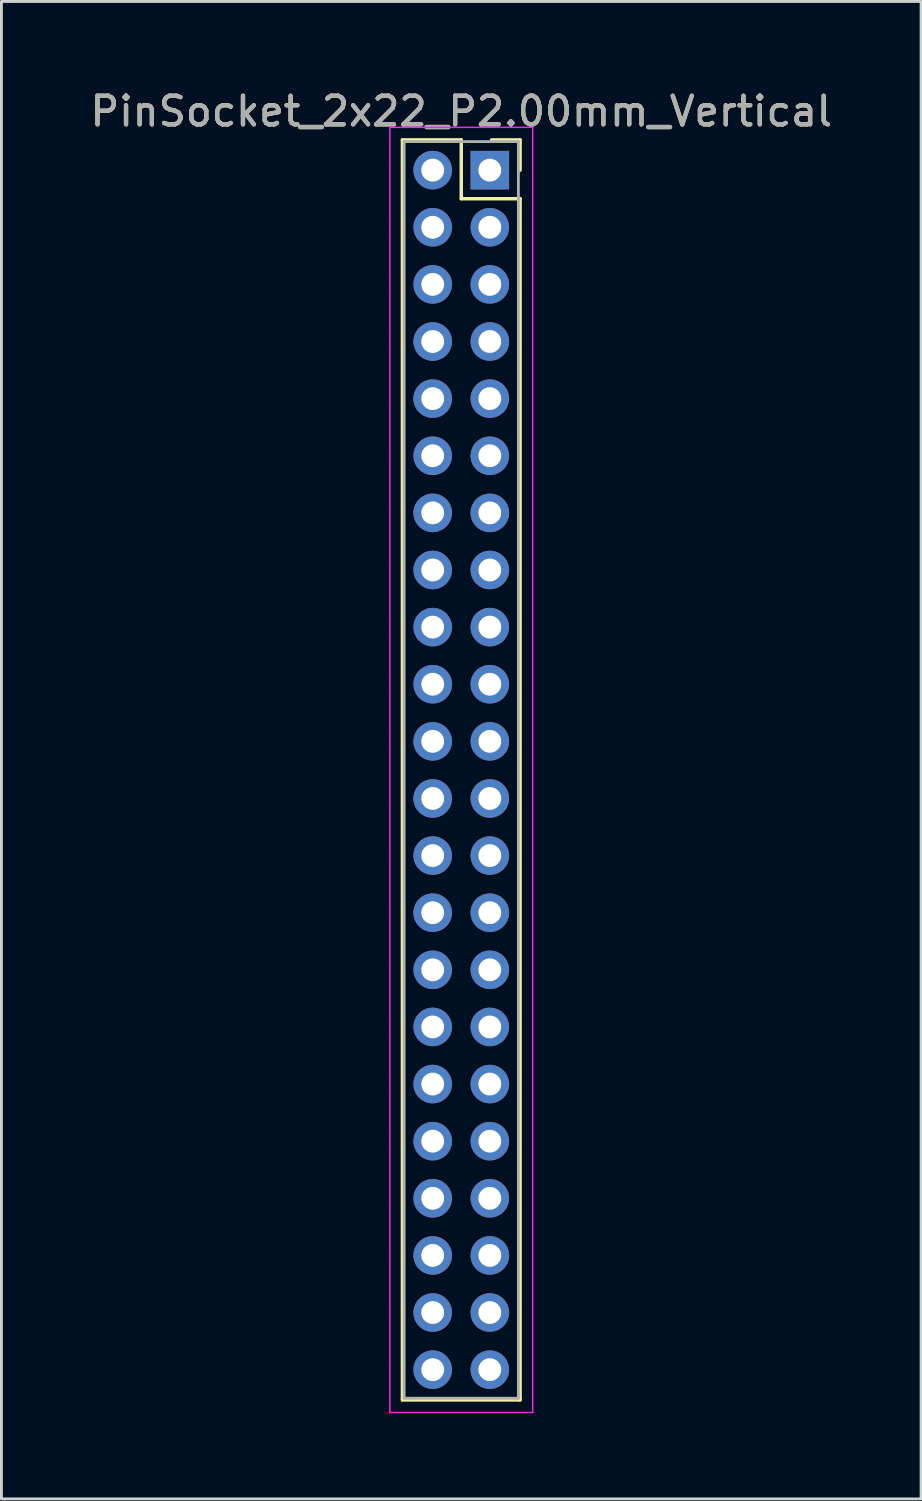
<source format=kicad_pcb>
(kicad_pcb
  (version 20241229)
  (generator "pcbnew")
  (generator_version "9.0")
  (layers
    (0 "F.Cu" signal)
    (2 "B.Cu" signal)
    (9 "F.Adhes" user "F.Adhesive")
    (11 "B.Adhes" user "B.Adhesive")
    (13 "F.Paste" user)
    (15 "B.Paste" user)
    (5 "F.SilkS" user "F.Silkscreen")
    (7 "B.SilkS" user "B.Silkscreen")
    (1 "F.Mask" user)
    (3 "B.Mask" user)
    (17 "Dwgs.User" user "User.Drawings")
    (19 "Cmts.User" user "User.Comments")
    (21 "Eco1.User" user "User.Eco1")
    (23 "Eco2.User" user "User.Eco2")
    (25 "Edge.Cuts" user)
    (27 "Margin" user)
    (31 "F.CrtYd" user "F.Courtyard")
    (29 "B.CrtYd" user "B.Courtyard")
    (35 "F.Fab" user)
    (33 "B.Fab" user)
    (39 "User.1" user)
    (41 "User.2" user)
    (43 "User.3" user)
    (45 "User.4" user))
  (footprint "PinSocket_2x22_P2.00mm_Vertical"
    (layer "F.Cu")
    (at 14.101 2.908)
    (property "Reference" "PinSocket_2x22_P2.00mm_Vertical" (at -1 -2.06 0) (layer "F.SilkS") (effects (font (size 1 1) (thickness 0.15))))
    (attr through_hole)
    (fp_line (start -3.06 -1.06) (end -1 -1.06) (stroke (width 0.12) (type solid)) (layer "F.SilkS"))
    (fp_line (start -3.06 43.06) (end -3.06 -1.06) (stroke (width 0.12) (type solid)) (layer "F.SilkS"))
    (fp_line (start -1 -1.06) (end -1 1) (stroke (width 0.12) (type solid)) (layer "F.SilkS"))
    (fp_line (start -1 1) (end 1.06 1) (stroke (width 0.12) (type solid)) (layer "F.SilkS"))
    (fp_line (start 1.06 -1.06) (end 0.06 -1.06) (stroke (width 0.12) (type solid)) (layer "F.SilkS"))
    (fp_line (start 1.06 0) (end 1.06 -1.06) (stroke (width 0.12) (type solid)) (layer "F.SilkS"))
    (fp_line (start 1.06 1) (end 1.06 43.06) (stroke (width 0.12) (type solid)) (layer "F.SilkS"))
    (fp_line (start 1.06 43.06) (end -3.06 43.06) (stroke (width 0.12) (type solid)) (layer "F.SilkS"))
    (fp_line (start -3.5 -1.5) (end -3.5 43.5) (stroke (width 0.05) (type solid)) (layer "F.CrtYd"))
    (fp_line (start -3.5 43.5) (end 1.5 43.5) (stroke (width 0.05) (type solid)) (layer "F.CrtYd"))
    (fp_line (start 1.5 -1.5) (end -3.5 -1.5) (stroke (width 0.05) (type solid)) (layer "F.CrtYd"))
    (fp_line (start 1.5 43.5) (end 1.5 -1.5) (stroke (width 0.05) (type solid)) (layer "F.CrtYd"))
    (fp_line (start -3 -1) (end -3 43) (stroke (width 0.1) (type solid)) (layer "F.Fab"))
    (fp_line (start -3 43) (end 1 43) (stroke (width 0.1) (type solid)) (layer "F.Fab"))
    (fp_line (start 1 -1) (end -3 -1) (stroke (width 0.1) (type solid)) (layer "F.Fab"))
    (fp_line (start 1 43) (end 1 -1) (stroke (width 0.1) (type solid)) (layer "F.Fab"))
    (fp_text user "${REFERENCE}" (at -1 -2.06 0) (layer "F.Fab") (effects (font (size 1 1) (thickness 0.15))))
    (pad "1" thru_hole rect (at 0 0) (size 1.35 1.35) (drill 0.8) (layers "*.Cu" "*.Mask"))
    (pad "2" thru_hole oval (at -2 0) (size 1.35 1.35) (drill 0.8) (layers "*.Cu" "*.Mask"))
    (pad "3" thru_hole oval (at 0 2) (size 1.35 1.35) (drill 0.8) (layers "*.Cu" "*.Mask"))
    (pad "4" thru_hole oval (at -2 2) (size 1.35 1.35) (drill 0.8) (layers "*.Cu" "*.Mask"))
    (pad "5" thru_hole oval (at 0 4) (size 1.35 1.35) (drill 0.8) (layers "*.Cu" "*.Mask"))
    (pad "6" thru_hole oval (at -2 4) (size 1.35 1.35) (drill 0.8) (layers "*.Cu" "*.Mask"))
    (pad "7" thru_hole oval (at 0 6) (size 1.35 1.35) (drill 0.8) (layers "*.Cu" "*.Mask"))
    (pad "8" thru_hole oval (at -2 6) (size 1.35 1.35) (drill 0.8) (layers "*.Cu" "*.Mask"))
    (pad "9" thru_hole oval (at 0 8) (size 1.35 1.35) (drill 0.8) (layers "*.Cu" "*.Mask"))
    (pad "10" thru_hole oval (at -2 8) (size 1.35 1.35) (drill 0.8) (layers "*.Cu" "*.Mask"))
    (pad "11" thru_hole oval (at 0 10) (size 1.35 1.35) (drill 0.8) (layers "*.Cu" "*.Mask"))
    (pad "12" thru_hole oval (at -2 10) (size 1.35 1.35) (drill 0.8) (layers "*.Cu" "*.Mask"))
    (pad "13" thru_hole oval (at 0 12) (size 1.35 1.35) (drill 0.8) (layers "*.Cu" "*.Mask"))
    (pad "14" thru_hole oval (at -2 12) (size 1.35 1.35) (drill 0.8) (layers "*.Cu" "*.Mask"))
    (pad "15" thru_hole oval (at 0 14) (size 1.35 1.35) (drill 0.8) (layers "*.Cu" "*.Mask"))
    (pad "16" thru_hole oval (at -2 14) (size 1.35 1.35) (drill 0.8) (layers "*.Cu" "*.Mask"))
    (pad "17" thru_hole oval (at 0 16) (size 1.35 1.35) (drill 0.8) (layers "*.Cu" "*.Mask"))
    (pad "18" thru_hole oval (at -2 16) (size 1.35 1.35) (drill 0.8) (layers "*.Cu" "*.Mask"))
    (pad "19" thru_hole oval (at 0 18) (size 1.35 1.35) (drill 0.8) (layers "*.Cu" "*.Mask"))
    (pad "20" thru_hole oval (at -2 18) (size 1.35 1.35) (drill 0.8) (layers "*.Cu" "*.Mask"))
    (pad "21" thru_hole oval (at 0 20) (size 1.35 1.35) (drill 0.8) (layers "*.Cu" "*.Mask"))
    (pad "22" thru_hole oval (at -2 20) (size 1.35 1.35) (drill 0.8) (layers "*.Cu" "*.Mask"))
    (pad "23" thru_hole oval (at 0 22) (size 1.35 1.35) (drill 0.8) (layers "*.Cu" "*.Mask"))
    (pad "24" thru_hole oval (at -2 22) (size 1.35 1.35) (drill 0.8) (layers "*.Cu" "*.Mask"))
    (pad "25" thru_hole oval (at 0 24) (size 1.35 1.35) (drill 0.8) (layers "*.Cu" "*.Mask"))
    (pad "26" thru_hole oval (at -2 24) (size 1.35 1.35) (drill 0.8) (layers "*.Cu" "*.Mask"))
    (pad "27" thru_hole oval (at 0 26) (size 1.35 1.35) (drill 0.8) (layers "*.Cu" "*.Mask"))
    (pad "28" thru_hole oval (at -2 26) (size 1.35 1.35) (drill 0.8) (layers "*.Cu" "*.Mask"))
    (pad "29" thru_hole oval (at 0 28) (size 1.35 1.35) (drill 0.8) (layers "*.Cu" "*.Mask"))
    (pad "30" thru_hole oval (at -2 28) (size 1.35 1.35) (drill 0.8) (layers "*.Cu" "*.Mask"))
    (pad "31" thru_hole oval (at 0 30) (size 1.35 1.35) (drill 0.8) (layers "*.Cu" "*.Mask"))
    (pad "32" thru_hole oval (at -2 30) (size 1.35 1.35) (drill 0.8) (layers "*.Cu" "*.Mask"))
    (pad "33" thru_hole oval (at 0 32) (size 1.35 1.35) (drill 0.8) (layers "*.Cu" "*.Mask"))
    (pad "34" thru_hole oval (at -2 32) (size 1.35 1.35) (drill 0.8) (layers "*.Cu" "*.Mask"))
    (pad "35" thru_hole oval (at 0 34) (size 1.35 1.35) (drill 0.8) (layers "*.Cu" "*.Mask"))
    (pad "36" thru_hole oval (at -2 34) (size 1.35 1.35) (drill 0.8) (layers "*.Cu" "*.Mask"))
    (pad "37" thru_hole oval (at 0 36) (size 1.35 1.35) (drill 0.8) (layers "*.Cu" "*.Mask"))
    (pad "38" thru_hole oval (at -2 36) (size 1.35 1.35) (drill 0.8) (layers "*.Cu" "*.Mask"))
    (pad "39" thru_hole oval (at 0 38) (size 1.35 1.35) (drill 0.8) (layers "*.Cu" "*.Mask"))
    (pad "40" thru_hole oval (at -2 38) (size 1.35 1.35) (drill 0.8) (layers "*.Cu" "*.Mask"))
    (pad "41" thru_hole oval (at 0 40) (size 1.35 1.35) (drill 0.8) (layers "*.Cu" "*.Mask"))
    (pad "42" thru_hole oval (at -2 40) (size 1.35 1.35) (drill 0.8) (layers "*.Cu" "*.Mask"))
    (pad "43" thru_hole oval (at 0 42) (size 1.35 1.35) (drill 0.8) (layers "*.Cu" "*.Mask"))
    (pad "44" thru_hole oval (at -2 42) (size 1.35 1.35) (drill 0.8) (layers "*.Cu" "*.Mask")))
  (gr_rect
    (start -3 -3)
    (end 29.202 49.433)
    (stroke (width 0.1) (type default))
    (fill no)
    (layer "Edge.Cuts")))
</source>
